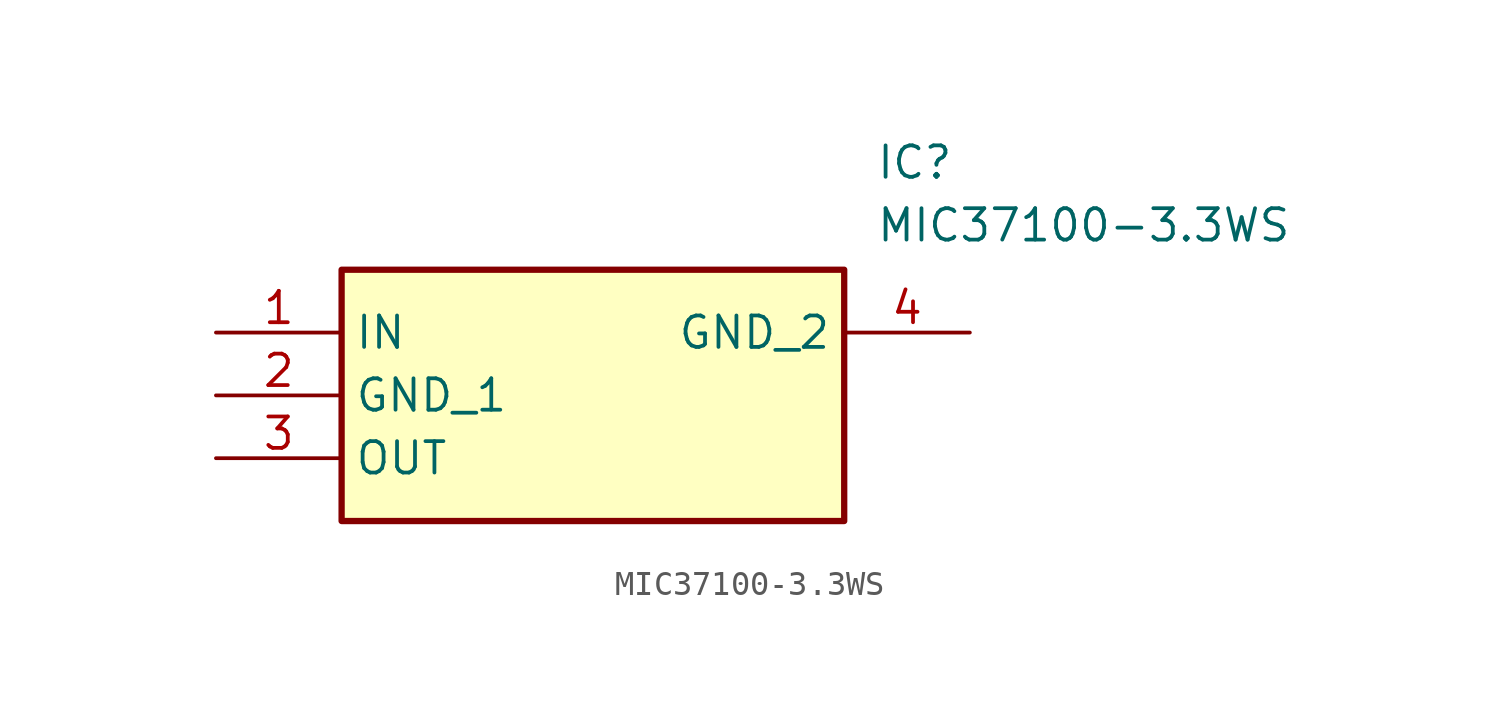
<source format=kicad_sym>
(kicad_symbol_lib
  (version 20241209)
  (generator "kicad_symbol_editor")
  (generator_version "9.0")
  (symbol "MIC37100-3.3WS"
    (property "Reference" "IC"
      (at 26.67 7.62 0)
      (effects (font (size 1.27 1.27)) (justify left top)))
    (property "Value" "MIC37100-3.3WS"
      (at 26.67 5.08 0)
      (effects (font (size 1.27 1.27)) (justify left top)))
    (symbol "MIC37100-3.3WS_1_1"
      (rectangle (start 5.08 2.54) (end 25.4 -7.62) (stroke (width 0.254) (type default)) (fill (type background)))
      (pin passive line (at 0 0 0) (length 5.08) (name "IN" (effects (font (size 1.27 1.27)))) (number "1" (effects (font (size 1.27 1.27)))))
      (pin passive line (at 0 -2.54 0) (length 5.08) (name "GND_1" (effects (font (size 1.27 1.27)))) (number "2" (effects (font (size 1.27 1.27)))))
      (pin passive line (at 0 -5.08 0) (length 5.08) (name "OUT" (effects (font (size 1.27 1.27)))) (number "3" (effects (font (size 1.27 1.27)))))
      (pin passive line (at 30.48 0 180) (length 5.08) (name "GND_2" (effects (font (size 1.27 1.27)))) (number "4" (effects (font (size 1.27 1.27))))))))
</source>
